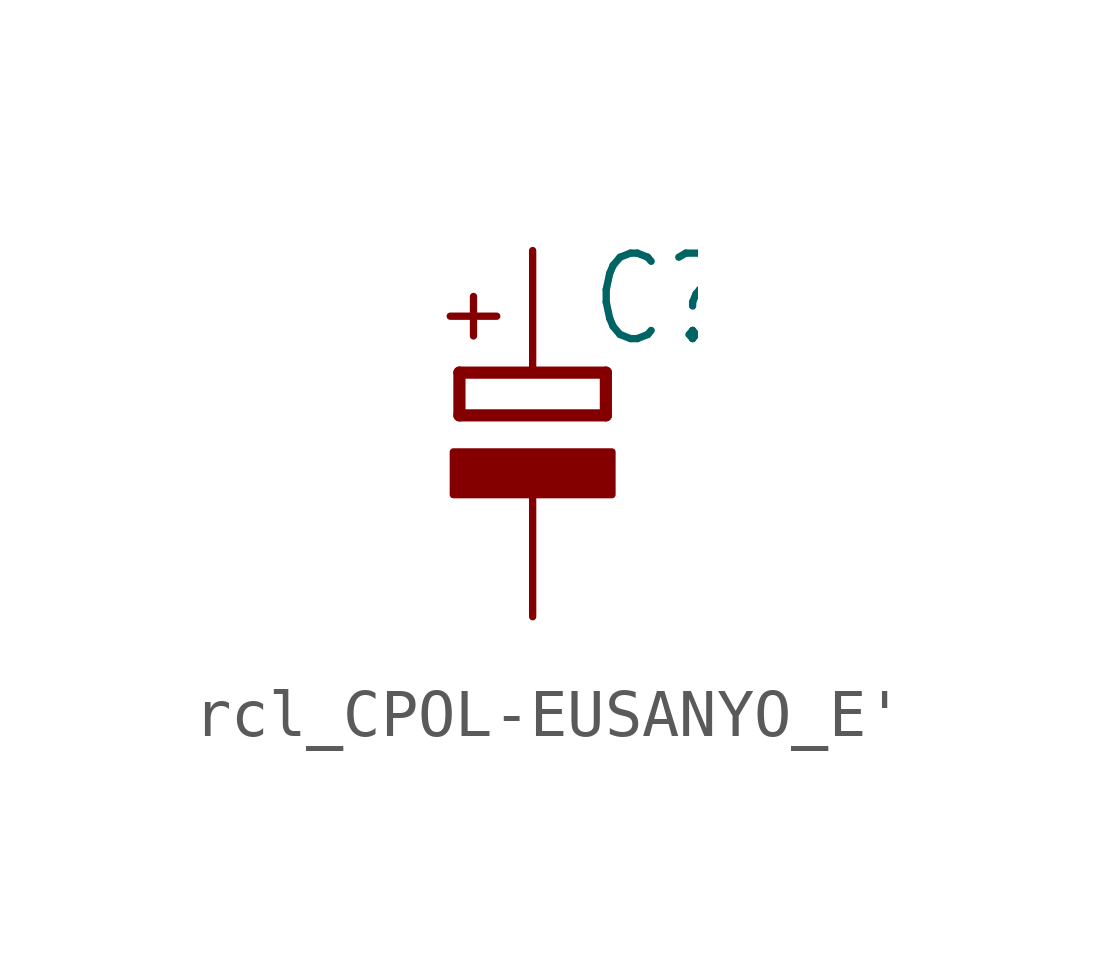
<source format=kicad_sym>
(kicad_symbol_lib
  (version 20241209)
  (generator "kicad_symbol_editor")
  (generator_version "9.0")
  (symbol "rcl_CPOL-EUSANYO_E'"
    (property "Reference" "C"
      (at 1.143 0.483 0)
      (effects (font (size 1.778 1.511)) (justify left bottom)))
    (property "Value" ""
      (at 1.143 -4.597 0)
      (effects (font (size 1.778 1.511)) (justify left bottom)))
    (property "ki_locked" ""
      (at 0 0 0)
      (effects (font (size 1.27 1.27))))
    (symbol "rcl_CPOL-EUSANYO_E'_1_0"
      (rectangle (start -1.651 -2.54) (end 1.651 -1.651) (stroke (width 0) (type default)) (fill (type outline)))
      (polyline (pts (xy -1.524 0) (xy -1.524 -0.889)) (stroke (width 0.254) (type solid)) (fill (type none)))
      (polyline (pts (xy -1.524 0) (xy 1.524 0)) (stroke (width 0.254) (type solid)) (fill (type none)))
      (polyline (pts (xy -1.524 -0.889) (xy 1.524 -0.889)) (stroke (width 0.254) (type solid)) (fill (type none)))
      (polyline (pts (xy 1.524 -0.889) (xy 1.524 0)) (stroke (width 0.254) (type solid)) (fill (type none)))
      (text "+" (at -0.584 0.406 900) (effects (font (size 1.27 1.079)) (justify left bottom)))
      (pin passive line (at 0 2.54 270) (length 2.54) (name "+" (effects (font (size 0 0)))) (number "+" (effects (font (size 0 0)))))
      (pin passive line (at 0 -5.08 90) (length 2.54) (name "-" (effects (font (size 0 0)))) (number "-" (effects (font (size 0 0))))))))
</source>
